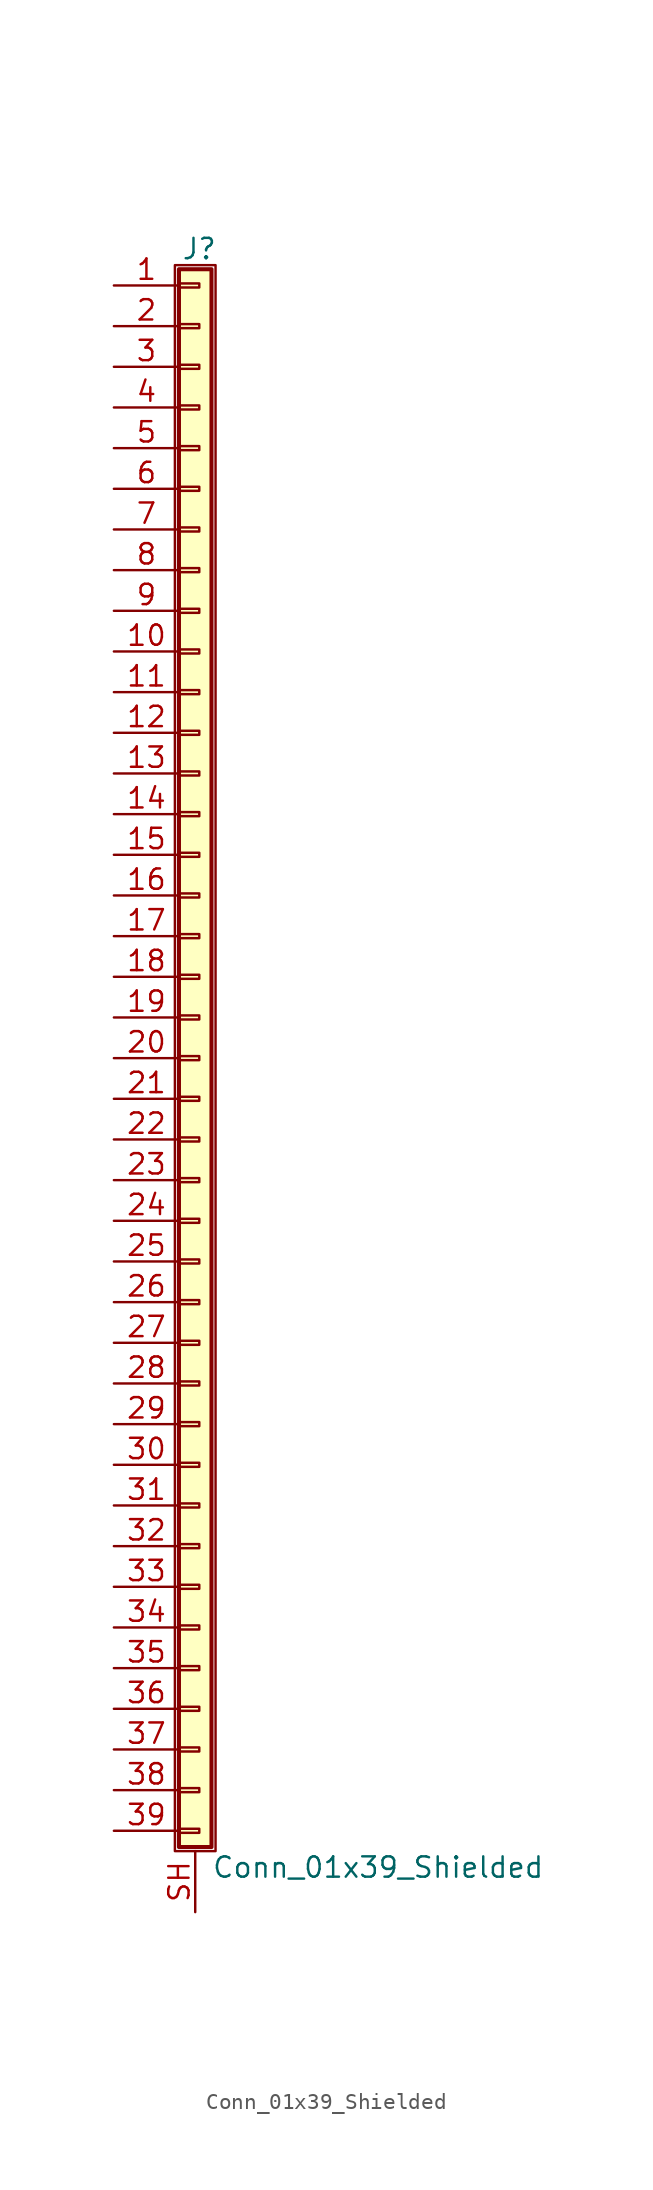
<source format=kicad_sym>
(kicad_symbol_lib
  (version 20211014)
  (generator kicad_symbol_editor)
  (symbol "Conn_01x39_Shielded"
    (pin_names
      (offset 1.016) hide)
    (property "Reference" "J"
      (at 0.254 50.546 0)
      (effects (font (size 1.27 1.27))))
    (property "Value" "Conn_01x39_Shielded"
      (at 1.016 -50.546 0)
      (effects (font (size 1.27 1.27)) (justify left)))
    (symbol "Conn_01x39_Shielded_1_1"
      (rectangle (start -1.27 49.53) (end 1.27 -49.53) (stroke (width 0.152) (type default) (color 0 0 0 0)) (fill (type none)))
      (rectangle (start -1.016 -48.133) (end 0.254 -48.387) (stroke (width 0.152) (type default) (color 0 0 0 0)) (fill (type none)))
      (rectangle (start -1.016 -45.593) (end 0.254 -45.847) (stroke (width 0.152) (type default) (color 0 0 0 0)) (fill (type none)))
      (rectangle (start -1.016 -43.053) (end 0.254 -43.307) (stroke (width 0.152) (type default) (color 0 0 0 0)) (fill (type none)))
      (rectangle (start -1.016 -40.513) (end 0.254 -40.767) (stroke (width 0.152) (type default) (color 0 0 0 0)) (fill (type none)))
      (rectangle (start -1.016 -37.973) (end 0.254 -38.227) (stroke (width 0.152) (type default) (color 0 0 0 0)) (fill (type none)))
      (rectangle (start -1.016 -35.433) (end 0.254 -35.687) (stroke (width 0.152) (type default) (color 0 0 0 0)) (fill (type none)))
      (rectangle (start -1.016 -32.893) (end 0.254 -33.147) (stroke (width 0.152) (type default) (color 0 0 0 0)) (fill (type none)))
      (rectangle (start -1.016 -30.353) (end 0.254 -30.607) (stroke (width 0.152) (type default) (color 0 0 0 0)) (fill (type none)))
      (rectangle (start -1.016 -27.813) (end 0.254 -28.067) (stroke (width 0.152) (type default) (color 0 0 0 0)) (fill (type none)))
      (rectangle (start -1.016 -25.273) (end 0.254 -25.527) (stroke (width 0.152) (type default) (color 0 0 0 0)) (fill (type none)))
      (rectangle (start -1.016 -22.733) (end 0.254 -22.987) (stroke (width 0.152) (type default) (color 0 0 0 0)) (fill (type none)))
      (rectangle (start -1.016 -20.193) (end 0.254 -20.447) (stroke (width 0.152) (type default) (color 0 0 0 0)) (fill (type none)))
      (rectangle (start -1.016 -17.653) (end 0.254 -17.907) (stroke (width 0.152) (type default) (color 0 0 0 0)) (fill (type none)))
      (rectangle (start -1.016 -15.113) (end 0.254 -15.367) (stroke (width 0.152) (type default) (color 0 0 0 0)) (fill (type none)))
      (rectangle (start -1.016 -12.573) (end 0.254 -12.827) (stroke (width 0.152) (type default) (color 0 0 0 0)) (fill (type none)))
      (rectangle (start -1.016 -10.033) (end 0.254 -10.287) (stroke (width 0.152) (type default) (color 0 0 0 0)) (fill (type none)))
      (rectangle (start -1.016 -7.493) (end 0.254 -7.747) (stroke (width 0.152) (type default) (color 0 0 0 0)) (fill (type none)))
      (rectangle (start -1.016 -4.953) (end 0.254 -5.207) (stroke (width 0.152) (type default) (color 0 0 0 0)) (fill (type none)))
      (rectangle (start -1.016 -2.413) (end 0.254 -2.667) (stroke (width 0.152) (type default) (color 0 0 0 0)) (fill (type none)))
      (rectangle (start -1.016 0.127) (end 0.254 -0.127) (stroke (width 0.152) (type default) (color 0 0 0 0)) (fill (type none)))
      (rectangle (start -1.016 2.667) (end 0.254 2.413) (stroke (width 0.152) (type default) (color 0 0 0 0)) (fill (type none)))
      (rectangle (start -1.016 5.207) (end 0.254 4.953) (stroke (width 0.152) (type default) (color 0 0 0 0)) (fill (type none)))
      (rectangle (start -1.016 7.747) (end 0.254 7.493) (stroke (width 0.152) (type default) (color 0 0 0 0)) (fill (type none)))
      (rectangle (start -1.016 10.287) (end 0.254 10.033) (stroke (width 0.152) (type default) (color 0 0 0 0)) (fill (type none)))
      (rectangle (start -1.016 12.827) (end 0.254 12.573) (stroke (width 0.152) (type default) (color 0 0 0 0)) (fill (type none)))
      (rectangle (start -1.016 15.367) (end 0.254 15.113) (stroke (width 0.152) (type default) (color 0 0 0 0)) (fill (type none)))
      (rectangle (start -1.016 17.907) (end 0.254 17.653) (stroke (width 0.152) (type default) (color 0 0 0 0)) (fill (type none)))
      (rectangle (start -1.016 20.447) (end 0.254 20.193) (stroke (width 0.152) (type default) (color 0 0 0 0)) (fill (type none)))
      (rectangle (start -1.016 22.987) (end 0.254 22.733) (stroke (width 0.152) (type default) (color 0 0 0 0)) (fill (type none)))
      (rectangle (start -1.016 25.527) (end 0.254 25.273) (stroke (width 0.152) (type default) (color 0 0 0 0)) (fill (type none)))
      (rectangle (start -1.016 28.067) (end 0.254 27.813) (stroke (width 0.152) (type default) (color 0 0 0 0)) (fill (type none)))
      (rectangle (start -1.016 30.607) (end 0.254 30.353) (stroke (width 0.152) (type default) (color 0 0 0 0)) (fill (type none)))
      (rectangle (start -1.016 33.147) (end 0.254 32.893) (stroke (width 0.152) (type default) (color 0 0 0 0)) (fill (type none)))
      (rectangle (start -1.016 35.687) (end 0.254 35.433) (stroke (width 0.152) (type default) (color 0 0 0 0)) (fill (type none)))
      (rectangle (start -1.016 38.227) (end 0.254 37.973) (stroke (width 0.152) (type default) (color 0 0 0 0)) (fill (type none)))
      (rectangle (start -1.016 40.767) (end 0.254 40.513) (stroke (width 0.152) (type default) (color 0 0 0 0)) (fill (type none)))
      (rectangle (start -1.016 43.307) (end 0.254 43.053) (stroke (width 0.152) (type default) (color 0 0 0 0)) (fill (type none)))
      (rectangle (start -1.016 45.847) (end 0.254 45.593) (stroke (width 0.152) (type default) (color 0 0 0 0)) (fill (type none)))
      (rectangle (start -1.016 48.387) (end 0.254 48.133) (stroke (width 0.152) (type default) (color 0 0 0 0)) (fill (type none)))
      (rectangle (start -1.016 49.276) (end 1.016 -49.276) (stroke (width 0.254) (type default) (color 0 0 0 0)) (fill (type background)))
      (pin passive line (at -5.08 48.26 0) (length 4.064) (name "Pin_1" (effects (font (size 1.27 1.27)))) (number "1" (effects (font (size 1.27 1.27)))))
      (pin passive line (at -5.08 25.4 0) (length 4.064) (name "Pin_10" (effects (font (size 1.27 1.27)))) (number "10" (effects (font (size 1.27 1.27)))))
      (pin passive line (at -5.08 22.86 0) (length 4.064) (name "Pin_11" (effects (font (size 1.27 1.27)))) (number "11" (effects (font (size 1.27 1.27)))))
      (pin passive line (at -5.08 20.32 0) (length 4.064) (name "Pin_12" (effects (font (size 1.27 1.27)))) (number "12" (effects (font (size 1.27 1.27)))))
      (pin passive line (at -5.08 17.78 0) (length 4.064) (name "Pin_13" (effects (font (size 1.27 1.27)))) (number "13" (effects (font (size 1.27 1.27)))))
      (pin passive line (at -5.08 15.24 0) (length 4.064) (name "Pin_14" (effects (font (size 1.27 1.27)))) (number "14" (effects (font (size 1.27 1.27)))))
      (pin passive line (at -5.08 12.7 0) (length 4.064) (name "Pin_15" (effects (font (size 1.27 1.27)))) (number "15" (effects (font (size 1.27 1.27)))))
      (pin passive line (at -5.08 10.16 0) (length 4.064) (name "Pin_16" (effects (font (size 1.27 1.27)))) (number "16" (effects (font (size 1.27 1.27)))))
      (pin passive line (at -5.08 7.62 0) (length 4.064) (name "Pin_17" (effects (font (size 1.27 1.27)))) (number "17" (effects (font (size 1.27 1.27)))))
      (pin passive line (at -5.08 5.08 0) (length 4.064) (name "Pin_18" (effects (font (size 1.27 1.27)))) (number "18" (effects (font (size 1.27 1.27)))))
      (pin passive line (at -5.08 2.54 0) (length 4.064) (name "Pin_19" (effects (font (size 1.27 1.27)))) (number "19" (effects (font (size 1.27 1.27)))))
      (pin passive line (at -5.08 45.72 0) (length 4.064) (name "Pin_2" (effects (font (size 1.27 1.27)))) (number "2" (effects (font (size 1.27 1.27)))))
      (pin passive line (at -5.08 0 0) (length 4.064) (name "Pin_20" (effects (font (size 1.27 1.27)))) (number "20" (effects (font (size 1.27 1.27)))))
      (pin passive line (at -5.08 -2.54 0) (length 4.064) (name "Pin_21" (effects (font (size 1.27 1.27)))) (number "21" (effects (font (size 1.27 1.27)))))
      (pin passive line (at -5.08 -5.08 0) (length 4.064) (name "Pin_22" (effects (font (size 1.27 1.27)))) (number "22" (effects (font (size 1.27 1.27)))))
      (pin passive line (at -5.08 -7.62 0) (length 4.064) (name "Pin_23" (effects (font (size 1.27 1.27)))) (number "23" (effects (font (size 1.27 1.27)))))
      (pin passive line (at -5.08 -10.16 0) (length 4.064) (name "Pin_24" (effects (font (size 1.27 1.27)))) (number "24" (effects (font (size 1.27 1.27)))))
      (pin passive line (at -5.08 -12.7 0) (length 4.064) (name "Pin_25" (effects (font (size 1.27 1.27)))) (number "25" (effects (font (size 1.27 1.27)))))
      (pin passive line (at -5.08 -15.24 0) (length 4.064) (name "Pin_26" (effects (font (size 1.27 1.27)))) (number "26" (effects (font (size 1.27 1.27)))))
      (pin passive line (at -5.08 -17.78 0) (length 4.064) (name "Pin_27" (effects (font (size 1.27 1.27)))) (number "27" (effects (font (size 1.27 1.27)))))
      (pin passive line (at -5.08 -20.32 0) (length 4.064) (name "Pin_28" (effects (font (size 1.27 1.27)))) (number "28" (effects (font (size 1.27 1.27)))))
      (pin passive line (at -5.08 -22.86 0) (length 4.064) (name "Pin_29" (effects (font (size 1.27 1.27)))) (number "29" (effects (font (size 1.27 1.27)))))
      (pin passive line (at -5.08 43.18 0) (length 4.064) (name "Pin_3" (effects (font (size 1.27 1.27)))) (number "3" (effects (font (size 1.27 1.27)))))
      (pin passive line (at -5.08 -25.4 0) (length 4.064) (name "Pin_30" (effects (font (size 1.27 1.27)))) (number "30" (effects (font (size 1.27 1.27)))))
      (pin passive line (at -5.08 -27.94 0) (length 4.064) (name "Pin_31" (effects (font (size 1.27 1.27)))) (number "31" (effects (font (size 1.27 1.27)))))
      (pin passive line (at -5.08 -30.48 0) (length 4.064) (name "Pin_32" (effects (font (size 1.27 1.27)))) (number "32" (effects (font (size 1.27 1.27)))))
      (pin passive line (at -5.08 -33.02 0) (length 4.064) (name "Pin_33" (effects (font (size 1.27 1.27)))) (number "33" (effects (font (size 1.27 1.27)))))
      (pin passive line (at -5.08 -35.56 0) (length 4.064) (name "Pin_34" (effects (font (size 1.27 1.27)))) (number "34" (effects (font (size 1.27 1.27)))))
      (pin passive line (at -5.08 -38.1 0) (length 4.064) (name "Pin_35" (effects (font (size 1.27 1.27)))) (number "35" (effects (font (size 1.27 1.27)))))
      (pin passive line (at -5.08 -40.64 0) (length 4.064) (name "Pin_36" (effects (font (size 1.27 1.27)))) (number "36" (effects (font (size 1.27 1.27)))))
      (pin passive line (at -5.08 -43.18 0) (length 4.064) (name "Pin_37" (effects (font (size 1.27 1.27)))) (number "37" (effects (font (size 1.27 1.27)))))
      (pin passive line (at -5.08 -45.72 0) (length 4.064) (name "Pin_38" (effects (font (size 1.27 1.27)))) (number "38" (effects (font (size 1.27 1.27)))))
      (pin passive line (at -5.08 -48.26 0) (length 4.064) (name "Pin_39" (effects (font (size 1.27 1.27)))) (number "39" (effects (font (size 1.27 1.27)))))
      (pin passive line (at -5.08 40.64 0) (length 4.064) (name "Pin_4" (effects (font (size 1.27 1.27)))) (number "4" (effects (font (size 1.27 1.27)))))
      (pin passive line (at -5.08 38.1 0) (length 4.064) (name "Pin_5" (effects (font (size 1.27 1.27)))) (number "5" (effects (font (size 1.27 1.27)))))
      (pin passive line (at -5.08 35.56 0) (length 4.064) (name "Pin_6" (effects (font (size 1.27 1.27)))) (number "6" (effects (font (size 1.27 1.27)))))
      (pin passive line (at -5.08 33.02 0) (length 4.064) (name "Pin_7" (effects (font (size 1.27 1.27)))) (number "7" (effects (font (size 1.27 1.27)))))
      (pin passive line (at -5.08 30.48 0) (length 4.064) (name "Pin_8" (effects (font (size 1.27 1.27)))) (number "8" (effects (font (size 1.27 1.27)))))
      (pin passive line (at -5.08 27.94 0) (length 4.064) (name "Pin_9" (effects (font (size 1.27 1.27)))) (number "9" (effects (font (size 1.27 1.27)))))
      (pin passive line (at 0 -53.34 90) (length 3.81) (name "Shield" (effects (font (size 1.27 1.27)))) (number "SH" (effects (font (size 1.27 1.27))))))))
</source>
